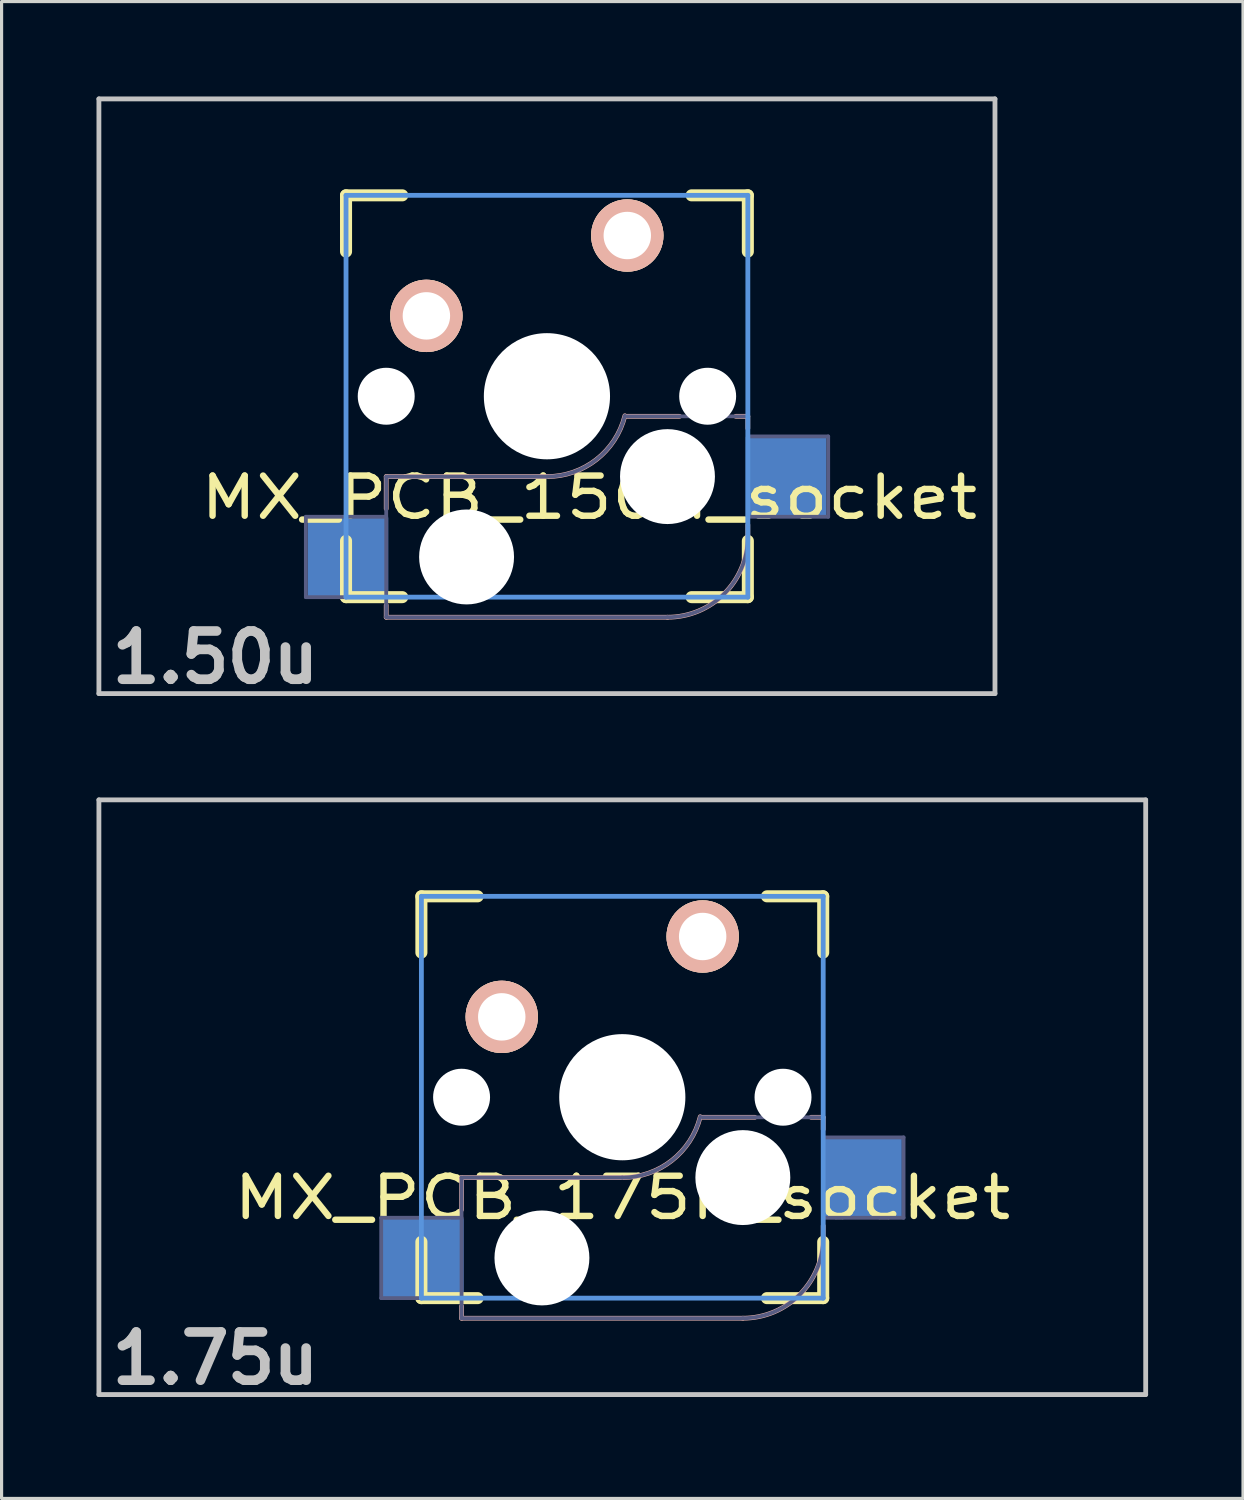
<source format=kicad_pcb>
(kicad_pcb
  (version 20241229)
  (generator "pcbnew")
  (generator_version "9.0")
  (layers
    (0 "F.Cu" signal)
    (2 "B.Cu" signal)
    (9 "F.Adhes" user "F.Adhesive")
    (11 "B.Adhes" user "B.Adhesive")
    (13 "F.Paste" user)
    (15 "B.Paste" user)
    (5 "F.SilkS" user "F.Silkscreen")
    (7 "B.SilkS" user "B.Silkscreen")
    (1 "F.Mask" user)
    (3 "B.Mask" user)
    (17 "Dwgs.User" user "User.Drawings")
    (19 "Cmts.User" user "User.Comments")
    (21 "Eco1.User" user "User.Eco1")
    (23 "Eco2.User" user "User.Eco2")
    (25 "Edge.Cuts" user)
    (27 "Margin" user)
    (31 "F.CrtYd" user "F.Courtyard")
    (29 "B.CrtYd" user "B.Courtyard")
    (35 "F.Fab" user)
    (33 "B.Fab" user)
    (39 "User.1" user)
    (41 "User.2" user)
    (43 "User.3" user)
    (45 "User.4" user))
  (footprint "MX_PCB_150H_socket"
    (layer "F.Cu")
    (at 14.237 9.474)
    (property "Reference" "MX_PCB_150H_socket" (at 1.333 3.2 0) (layer "F.SilkS") (effects (font (size 1.27 1.524) (thickness 0.203))))
    (attr through_hole)
    (fp_line (start -6.35 -6.35) (end -4.572 -6.35) (stroke (width 0.381) (type solid)) (layer "F.SilkS"))
    (fp_line (start -6.35 -4.572) (end -6.35 -6.35) (stroke (width 0.381) (type solid)) (layer "F.SilkS"))
    (fp_line (start -6.35 6.35) (end -6.35 4.572) (stroke (width 0.381) (type solid)) (layer "F.SilkS"))
    (fp_line (start -4.572 6.35) (end -6.35 6.35) (stroke (width 0.381) (type solid)) (layer "F.SilkS"))
    (fp_line (start 4.572 -6.35) (end 6.35 -6.35) (stroke (width 0.381) (type solid)) (layer "F.SilkS"))
    (fp_line (start 6.35 -6.35) (end 6.35 -4.572) (stroke (width 0.381) (type solid)) (layer "F.SilkS"))
    (fp_line (start 6.35 4.572) (end 6.35 6.35) (stroke (width 0.381) (type solid)) (layer "F.SilkS"))
    (fp_line (start 6.35 6.35) (end 4.572 6.35) (stroke (width 0.381) (type solid)) (layer "F.SilkS"))
    (fp_line (start -5.08 2.54) (end -5.08 3.556) (stroke (width 0.15) (type solid)) (layer "B.SilkS"))
    (fp_line (start -5.08 6.604) (end -5.08 6.985) (stroke (width 0.15) (type solid)) (layer "B.SilkS"))
    (fp_line (start -5.08 6.985) (end 3.81 6.985) (stroke (width 0.15) (type solid)) (layer "B.SilkS"))
    (fp_line (start 0 2.54) (end -5.08 2.54) (stroke (width 0.15) (type solid)) (layer "B.SilkS"))
    (fp_line (start 4.191 0.635) (end 2.54 0.635) (stroke (width 0.15) (type solid)) (layer "B.SilkS"))
    (fp_line (start 6.35 0.635) (end 5.969 0.635) (stroke (width 0.15) (type solid)) (layer "B.SilkS"))
    (fp_line (start 6.35 1.016) (end 6.35 0.635) (stroke (width 0.15) (type solid)) (layer "B.SilkS"))
    (fp_line (start 6.35 4.445) (end 6.35 4.064) (stroke (width 0.15) (type solid)) (layer "B.SilkS"))
    (fp_arc (start 2.464162 0.61604) (mid 1.563147 2.002042) (end 0 2.54) (stroke (width 0.15) (type solid)) (layer "B.SilkS"))
    (fp_arc (start 6.35 4.445) (mid 5.606051 6.241051) (end 3.81 6.985) (stroke (width 0.15) (type solid)) (layer "B.SilkS"))
    (fp_line (start -14.161 -9.398) (end 14.161 -9.398) (stroke (width 0.152) (type solid)) (layer "Dwgs.User"))
    (fp_line (start -14.161 9.398) (end -14.161 -9.398) (stroke (width 0.152) (type solid)) (layer "Dwgs.User"))
    (fp_line (start 14.161 -9.398) (end 14.161 9.398) (stroke (width 0.152) (type solid)) (layer "Dwgs.User"))
    (fp_line (start 14.161 9.398) (end -14.161 9.398) (stroke (width 0.152) (type solid)) (layer "Dwgs.User"))
    (fp_line (start -6.35 -6.35) (end 6.35 -6.35) (stroke (width 0.152) (type solid)) (layer "Cmts.User"))
    (fp_line (start -6.35 6.35) (end -6.35 -6.35) (stroke (width 0.152) (type solid)) (layer "Cmts.User"))
    (fp_line (start 6.35 -6.35) (end 6.35 6.35) (stroke (width 0.152) (type solid)) (layer "Cmts.User"))
    (fp_line (start 6.35 6.35) (end -6.35 6.35) (stroke (width 0.152) (type solid)) (layer "Cmts.User"))
    (fp_line (start -6.985 -6.985) (end 6.985 -6.985) (stroke (width 0.152) (type solid)) (layer "Eco2.User"))
    (fp_line (start -6.985 6.985) (end -6.985 -6.985) (stroke (width 0.152) (type solid)) (layer "Eco2.User"))
    (fp_line (start 6.985 -6.985) (end 6.985 6.985) (stroke (width 0.152) (type solid)) (layer "Eco2.User"))
    (fp_line (start 6.985 6.985) (end -6.985 6.985) (stroke (width 0.152) (type solid)) (layer "Eco2.User"))
    (fp_line (start -7.62 3.81) (end -7.62 6.35) (stroke (width 0.12) (type solid)) (layer "B.Fab"))
    (fp_line (start -7.62 6.35) (end -5.08 6.35) (stroke (width 0.12) (type solid)) (layer "B.Fab"))
    (fp_line (start -5.08 2.54) (end -5.08 6.985) (stroke (width 0.12) (type solid)) (layer "B.Fab"))
    (fp_line (start -5.08 3.81) (end -7.62 3.81) (stroke (width 0.12) (type solid)) (layer "B.Fab"))
    (fp_line (start -5.08 6.985) (end 3.81 6.985) (stroke (width 0.12) (type solid)) (layer "B.Fab"))
    (fp_line (start 0 2.54) (end -5.08 2.54) (stroke (width 0.12) (type solid)) (layer "B.Fab"))
    (fp_line (start 6.35 0.635) (end 2.54 0.635) (stroke (width 0.12) (type solid)) (layer "B.Fab"))
    (fp_line (start 6.35 3.81) (end 8.89 3.81) (stroke (width 0.12) (type solid)) (layer "B.Fab"))
    (fp_line (start 6.35 4.445) (end 6.35 0.635) (stroke (width 0.12) (type solid)) (layer "B.Fab"))
    (fp_line (start 8.89 1.27) (end 6.35 1.27) (stroke (width 0.12) (type solid)) (layer "B.Fab"))
    (fp_line (start 8.89 3.81) (end 8.89 1.27) (stroke (width 0.12) (type solid)) (layer "B.Fab"))
    (fp_arc (start 2.464162 0.61604) (mid 1.563147 2.002042) (end 0 2.54) (stroke (width 0.12) (type solid)) (layer "B.Fab"))
    (fp_arc (start 6.35 4.445) (mid 5.606051 6.241051) (end 3.81 6.985) (stroke (width 0.12) (type solid)) (layer "B.Fab"))
    (fp_text user "1.50u" (at -10.477 8.255 0) (layer "Dwgs.User") (effects (font (size 1.524 1.524) (thickness 0.305))))
    (pad "" np_thru_hole circle (at -5.08 0) (size 1.8 1.8) (drill 1.8) (layers "*.Cu"))
    (pad "" np_thru_hole circle (at -2.54 5.08) (size 3 3) (drill 3) (layers "*.Cu" "*.Mask"))
    (pad "" np_thru_hole circle (at 0 0) (size 3.988 3.988) (drill 3.988) (layers "*.Cu"))
    (pad "" np_thru_hole circle (at 3.81 2.54) (size 3 3) (drill 3) (layers "*.Cu" "*.Mask"))
    (pad "" np_thru_hole circle (at 5.08 0) (size 1.8 1.8) (drill 1.8) (layers "*.Cu"))
    (pad "1" smd rect (at -6.29 5.08) (size 2.55 2.5) (layers "B.Cu" "B.Mask" "B.Paste"))
    (pad "1" thru_hole circle (at 2.54 -5.08) (size 2.286 2.286) (drill 1.499) (layers "*.Cu" "*.SilkS" "*.Mask"))
    (pad "2" thru_hole circle (at -3.81 -2.54) (size 2.286 2.286) (drill 1.499) (layers "*.Cu" "*.SilkS" "*.Mask"))
    (pad "2" smd rect (at 7.56 2.54) (size 2.55 2.5) (layers "B.Cu" "B.Mask" "B.Paste")))
  (footprint "MX_PCB_175H_socket"
    (layer "F.Cu")
    (at 16.619 31.63)
    (property "Reference" "MX_PCB_175H_socket" (at 0 3.175 0) (layer "F.SilkS") (effects (font (size 1.27 1.524) (thickness 0.203))))
    (attr through_hole)
    (fp_line (start -6.35 -6.35) (end -4.572 -6.35) (stroke (width 0.381) (type solid)) (layer "F.SilkS"))
    (fp_line (start -6.35 -4.572) (end -6.35 -6.35) (stroke (width 0.381) (type solid)) (layer "F.SilkS"))
    (fp_line (start -6.35 6.35) (end -6.35 4.572) (stroke (width 0.381) (type solid)) (layer "F.SilkS"))
    (fp_line (start -4.572 6.35) (end -6.35 6.35) (stroke (width 0.381) (type solid)) (layer "F.SilkS"))
    (fp_line (start 4.572 -6.35) (end 6.35 -6.35) (stroke (width 0.381) (type solid)) (layer "F.SilkS"))
    (fp_line (start 6.35 -6.35) (end 6.35 -4.572) (stroke (width 0.381) (type solid)) (layer "F.SilkS"))
    (fp_line (start 6.35 4.572) (end 6.35 6.35) (stroke (width 0.381) (type solid)) (layer "F.SilkS"))
    (fp_line (start 6.35 6.35) (end 4.572 6.35) (stroke (width 0.381) (type solid)) (layer "F.SilkS"))
    (fp_line (start -5.08 2.54) (end -5.08 3.556) (stroke (width 0.15) (type solid)) (layer "B.SilkS"))
    (fp_line (start -5.08 6.604) (end -5.08 6.985) (stroke (width 0.15) (type solid)) (layer "B.SilkS"))
    (fp_line (start -5.08 6.985) (end 3.81 6.985) (stroke (width 0.15) (type solid)) (layer "B.SilkS"))
    (fp_line (start 0 2.54) (end -5.08 2.54) (stroke (width 0.15) (type solid)) (layer "B.SilkS"))
    (fp_line (start 4.191 0.635) (end 2.54 0.635) (stroke (width 0.15) (type solid)) (layer "B.SilkS"))
    (fp_line (start 6.35 0.635) (end 5.969 0.635) (stroke (width 0.15) (type solid)) (layer "B.SilkS"))
    (fp_line (start 6.35 1.016) (end 6.35 0.635) (stroke (width 0.15) (type solid)) (layer "B.SilkS"))
    (fp_line (start 6.35 4.445) (end 6.35 4.064) (stroke (width 0.15) (type solid)) (layer "B.SilkS"))
    (fp_arc (start 2.464162 0.61604) (mid 1.563147 2.002042) (end 0 2.54) (stroke (width 0.15) (type solid)) (layer "B.SilkS"))
    (fp_arc (start 6.35 4.445) (mid 5.606051 6.241051) (end 3.81 6.985) (stroke (width 0.15) (type solid)) (layer "B.SilkS"))
    (fp_line (start -16.543 -9.398) (end 16.543 -9.398) (stroke (width 0.152) (type solid)) (layer "Dwgs.User"))
    (fp_line (start -16.543 9.398) (end -16.543 -9.398) (stroke (width 0.152) (type solid)) (layer "Dwgs.User"))
    (fp_line (start 16.543 -9.398) (end 16.543 9.398) (stroke (width 0.152) (type solid)) (layer "Dwgs.User"))
    (fp_line (start 16.543 9.398) (end -16.543 9.398) (stroke (width 0.152) (type solid)) (layer "Dwgs.User"))
    (fp_line (start -6.35 -6.35) (end 6.35 -6.35) (stroke (width 0.152) (type solid)) (layer "Cmts.User"))
    (fp_line (start -6.35 6.35) (end -6.35 -6.35) (stroke (width 0.152) (type solid)) (layer "Cmts.User"))
    (fp_line (start 6.35 -6.35) (end 6.35 6.35) (stroke (width 0.152) (type solid)) (layer "Cmts.User"))
    (fp_line (start 6.35 6.35) (end -6.35 6.35) (stroke (width 0.152) (type solid)) (layer "Cmts.User"))
    (fp_line (start -6.985 -6.985) (end 6.985 -6.985) (stroke (width 0.152) (type solid)) (layer "Eco2.User"))
    (fp_line (start -6.985 6.985) (end -6.985 -6.985) (stroke (width 0.152) (type solid)) (layer "Eco2.User"))
    (fp_line (start 6.985 -6.985) (end 6.985 6.985) (stroke (width 0.152) (type solid)) (layer "Eco2.User"))
    (fp_line (start 6.985 6.985) (end -6.985 6.985) (stroke (width 0.152) (type solid)) (layer "Eco2.User"))
    (fp_line (start -7.62 3.81) (end -7.62 6.35) (stroke (width 0.12) (type solid)) (layer "B.Fab"))
    (fp_line (start -7.62 6.35) (end -5.08 6.35) (stroke (width 0.12) (type solid)) (layer "B.Fab"))
    (fp_line (start -5.08 2.54) (end -5.08 6.985) (stroke (width 0.12) (type solid)) (layer "B.Fab"))
    (fp_line (start -5.08 3.81) (end -7.62 3.81) (stroke (width 0.12) (type solid)) (layer "B.Fab"))
    (fp_line (start -5.08 6.985) (end 3.81 6.985) (stroke (width 0.12) (type solid)) (layer "B.Fab"))
    (fp_line (start 0 2.54) (end -5.08 2.54) (stroke (width 0.12) (type solid)) (layer "B.Fab"))
    (fp_line (start 6.35 0.635) (end 2.54 0.635) (stroke (width 0.12) (type solid)) (layer "B.Fab"))
    (fp_line (start 6.35 3.81) (end 8.89 3.81) (stroke (width 0.12) (type solid)) (layer "B.Fab"))
    (fp_line (start 6.35 4.445) (end 6.35 0.635) (stroke (width 0.12) (type solid)) (layer "B.Fab"))
    (fp_line (start 8.89 1.27) (end 6.35 1.27) (stroke (width 0.12) (type solid)) (layer "B.Fab"))
    (fp_line (start 8.89 3.81) (end 8.89 1.27) (stroke (width 0.12) (type solid)) (layer "B.Fab"))
    (fp_arc (start 2.464162 0.61604) (mid 1.563147 2.002042) (end 0 2.54) (stroke (width 0.12) (type solid)) (layer "B.Fab"))
    (fp_arc (start 6.35 4.445) (mid 5.606051 6.241051) (end 3.81 6.985) (stroke (width 0.12) (type solid)) (layer "B.Fab"))
    (fp_text user "1.75u" (at -12.86 8.255 0) (layer "Dwgs.User") (effects (font (size 1.524 1.524) (thickness 0.305))))
    (pad "" np_thru_hole circle (at -5.08 0) (size 1.8 1.8) (drill 1.8) (layers "*.Cu"))
    (pad "" np_thru_hole circle (at -2.54 5.08) (size 3 3) (drill 3) (layers "*.Cu" "*.Mask"))
    (pad "" np_thru_hole circle (at 0 0) (size 3.988 3.988) (drill 3.988) (layers "*.Cu"))
    (pad "" np_thru_hole circle (at 3.81 2.54) (size 3 3) (drill 3) (layers "*.Cu" "*.Mask"))
    (pad "" np_thru_hole circle (at 5.08 0) (size 1.8 1.8) (drill 1.8) (layers "*.Cu"))
    (pad "1" smd rect (at -6.29 5.08) (size 2.55 2.5) (layers "B.Cu" "B.Mask" "B.Paste"))
    (pad "1" thru_hole circle (at 2.54 -5.08) (size 2.286 2.286) (drill 1.499) (layers "*.Cu" "*.SilkS" "*.Mask"))
    (pad "2" thru_hole circle (at -3.81 -2.54) (size 2.286 2.286) (drill 1.499) (layers "*.Cu" "*.SilkS" "*.Mask"))
    (pad "2" smd rect (at 7.56 2.54) (size 2.55 2.5) (layers "B.Cu" "B.Mask" "B.Paste")))
  (gr_rect
    (start -3 -3)
    (end 36.238 44.311)
    (stroke (width 0.1) (type default))
    (fill no)
    (layer "Edge.Cuts")))
</source>
